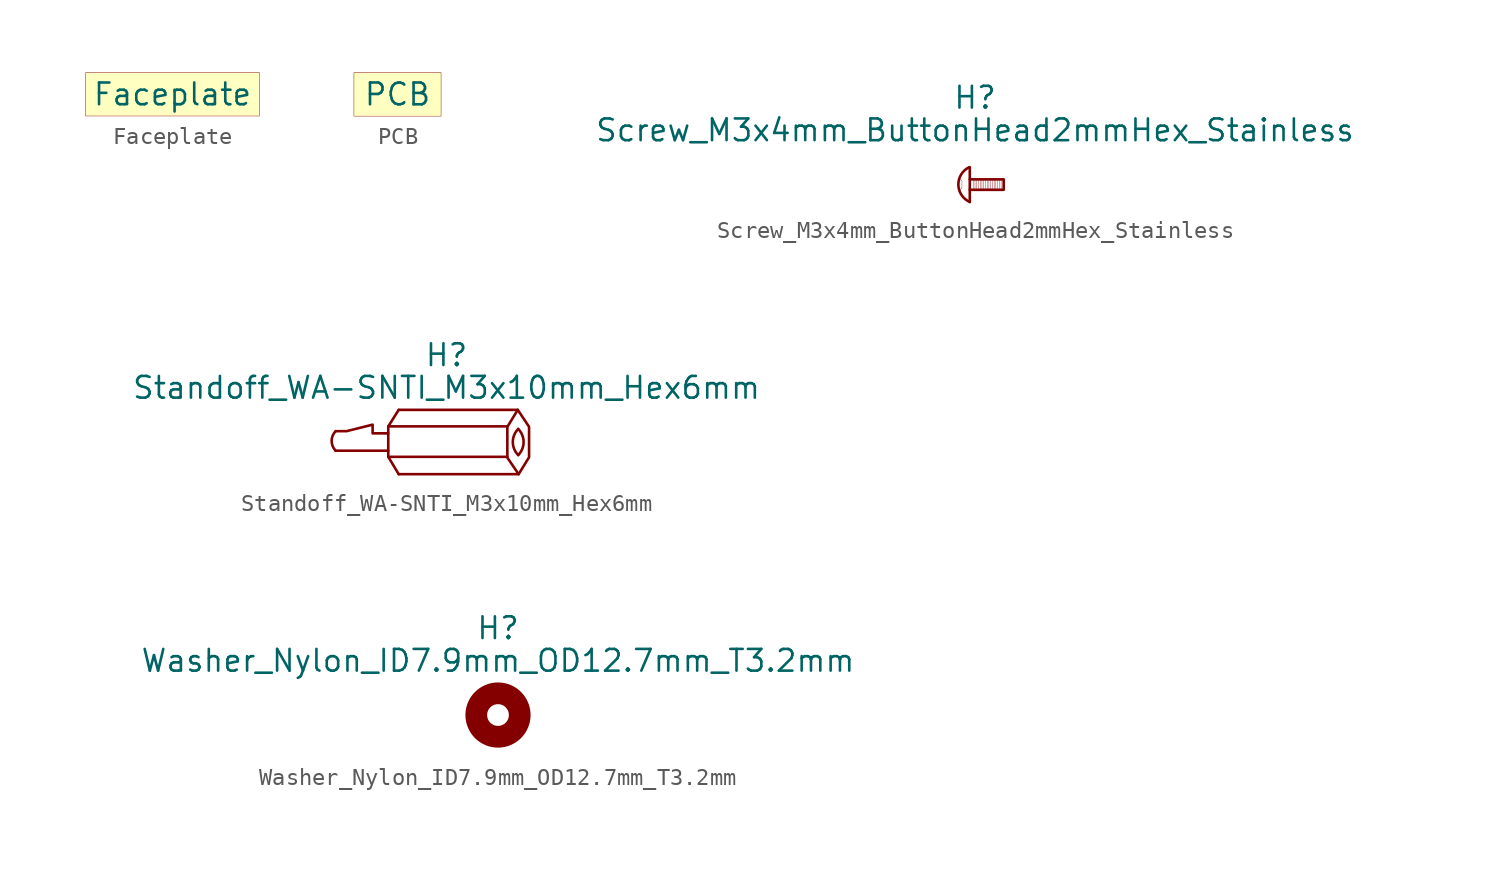
<source format=kicad_sym>
(kicad_symbol_lib
  (version 20220914)
  (generator kicad_symbol_editor)
  (symbol "Faceplate"
    (pin_numbers hide)
    (pin_names
      (offset 0) hide)
    (property "Reference" "FACEPLATE"
      (at -0.127 -1.651 0)
      (effects (font (size 1.27 1.27)) hide))
    (property "Value" "Faceplate"
      (at 0 0 0)
      (effects (font (size 1.27 1.27))))
    (symbol "Faceplate_0_1"
      (rectangle (start -5.08 1.27) (end 5.08 -1.27) (stroke (width 0.025) (type default)) (fill (type background)))))
  (symbol "PCB"
    (pin_numbers hide)
    (pin_names
      (offset 0) hide)
    (property "Reference" "PCB"
      (at -0.051 -2.235 0)
      (effects (font (size 1.27 1.27)) hide))
    (property "Value" "PCB"
      (at 0 0 0)
      (effects (font (size 1.27 1.27))))
    (symbol "PCB_0_1"
      (rectangle (start -2.54 1.27) (end 2.54 -1.27) (stroke (width 0.025) (type default)) (fill (type background)))))
  (symbol "Screw_M3x4mm_ButtonHead2mmHex_Stainless"
    (pin_names
      (offset 1.016))
    (property "Reference" "H"
      (at 0 5.08 0)
      (effects (font (size 1.27 1.27))))
    (property "Value" "Screw_M3x4mm_ButtonHead2mmHex_Stainless"
      (at 0 3.175 0)
      (effects (font (size 1.27 1.27))))
    (symbol "Screw_M3x4mm_ButtonHead2mmHex_Stainless_0_1"
      (arc (start -0.338 1.016) (mid -0.9724 -0.0107) (end -0.3048 -1.016) (stroke (width 0) (type default)) (fill (type none)))
      (polyline (pts (xy -0.305 1.016) (xy -0.305 -1.016)) (stroke (width 0) (type default)) (fill (type none)))
      (polyline (pts (xy -0.102 0.305) (xy -0.102 -0.305)) (stroke (width 0.003) (type default)) (fill (type none)))
      (polyline (pts (xy 0 0.305) (xy 0 -0.305)) (stroke (width 0.003) (type default)) (fill (type none)))
      (polyline (pts (xy 0.102 0.305) (xy 0.102 -0.305)) (stroke (width 0.003) (type default)) (fill (type none)))
      (polyline (pts (xy 0.203 0.305) (xy 0.203 -0.305)) (stroke (width 0.003) (type default)) (fill (type none)))
      (polyline (pts (xy 0.305 0.305) (xy 0.305 -0.305)) (stroke (width 0.003) (type default)) (fill (type none)))
      (polyline (pts (xy 0.406 0.305) (xy 0.406 -0.305)) (stroke (width 0.003) (type default)) (fill (type none)))
      (polyline (pts (xy 0.508 0.305) (xy 0.508 -0.305)) (stroke (width 0.003) (type default)) (fill (type none)))
      (polyline (pts (xy 0.61 0.305) (xy 0.61 -0.305)) (stroke (width 0.003) (type default)) (fill (type none)))
      (polyline (pts (xy 0.711 0.254) (xy 0.711 -0.356)) (stroke (width 0.003) (type default)) (fill (type none)))
      (polyline (pts (xy 0.813 0.254) (xy 0.813 -0.356)) (stroke (width 0.003) (type default)) (fill (type none)))
      (polyline (pts (xy 0.914 0.254) (xy 0.914 -0.356)) (stroke (width 0.003) (type default)) (fill (type none)))
      (polyline (pts (xy 1.016 0.254) (xy 1.016 -0.356)) (stroke (width 0.003) (type default)) (fill (type none)))
      (polyline (pts (xy 1.118 0.305) (xy 1.118 -0.305)) (stroke (width 0.003) (type default)) (fill (type none)))
      (polyline (pts (xy 1.219 0.305) (xy 1.219 -0.305)) (stroke (width 0.003) (type default)) (fill (type none)))
      (polyline (pts (xy 1.321 0.305) (xy 1.321 -0.305)) (stroke (width 0.003) (type default)) (fill (type none)))
      (polyline (pts (xy 1.422 0.305) (xy 1.422 -0.305)) (stroke (width 0.003) (type default)) (fill (type none)))
      (polyline (pts (xy 1.524 0.254) (xy 1.524 -0.356)) (stroke (width 0.003) (type default)) (fill (type none)))
      (polyline (pts (xy -0.864 0.305) (xy -0.762 0.203) (xy -0.762 -0.203) (xy -0.864 -0.305)) (stroke (width 0.005) (type default)) (fill (type none)))
      (polyline (pts (xy -0.305 0.305) (xy 1.676 0.305) (xy 1.676 -0.305) (xy -0.305 -0.305)) (stroke (width 0) (type default)) (fill (type none)))))
  (symbol "Standoff_WA-SNTI_M3x10mm_Hex6mm"
    (pin_names
      (offset 1.016))
    (property "Reference" "H"
      (at 0 5.08 0)
      (effects (font (size 1.27 1.27))))
    (property "Value" "Standoff_WA-SNTI_M3x10mm_Hex6mm"
      (at 0 3.175 0)
      (effects (font (size 1.27 1.27))))
    (symbol "Standoff_WA-SNTI_M3x10mm_Hex6mm_0_1"
      (arc (start -6.477 0.635) (mid -6.7137 0.0635) (end -6.477 -0.508) (stroke (width 0) (type default)) (fill (type none)))
      (polyline (pts (xy -3.404 -0.508) (xy -6.477 -0.508)) (stroke (width 0) (type default)) (fill (type none)))
      (polyline (pts (xy 3.556 -0.864) (xy -3.404 -0.864)) (stroke (width 0) (type default)) (fill (type none)))
      (polyline (pts (xy 3.556 0.914) (xy -3.404 0.914)) (stroke (width 0) (type default)) (fill (type none)))
      (polyline (pts (xy -2.794 1.88) (xy -3.404 0.914) (xy -3.404 -0.864) (xy -2.794 -1.88)) (stroke (width 0) (type default)) (fill (type none)))
      (polyline (pts (xy 4.166 1.88) (xy 4.826 0.889) (xy 4.826 -0.889) (xy 4.216 -1.88)) (stroke (width 0) (type default)) (fill (type none)))
      (polyline (pts (xy -3.404 0.508) (xy -4.318 0.508) (xy -4.318 1.016) (xy -5.842 0.635) (xy -6.477 0.635)) (stroke (width 0) (type default)) (fill (type none)))
      (polyline (pts (xy -2.794 1.88) (xy 4.166 1.88) (xy 3.556 0.889) (xy 3.556 -0.914) (xy 4.216 -1.88) (xy -2.794 -1.88)) (stroke (width 0) (type default)) (fill (type none)))
      (arc (start 4.191 -0.762) (mid 4.5066 0) (end 4.191 0.762) (stroke (width 0) (type default)) (fill (type none)))
      (arc (start 4.191 0.762) (mid 3.8754 0) (end 4.191 -0.762) (stroke (width 0) (type default)) (fill (type none)))))
  (symbol "Washer_Nylon_ID7.9mm_OD12.7mm_T3.2mm"
    (pin_names
      (offset 1.016))
    (property "Reference" "H"
      (at 0 5.08 0)
      (effects (font (size 1.27 1.27))))
    (property "Value" "Washer_Nylon_ID7.9mm_OD12.7mm_T3.2mm"
      (at 0 3.175 0)
      (effects (font (size 1.27 1.27))))
    (symbol "Washer_Nylon_ID7.9mm_OD12.7mm_T3.2mm_0_1"
      (circle (center 0 0) (radius 1.27) (stroke (width 1.27) (type default)) (fill (type none))))))
</source>
